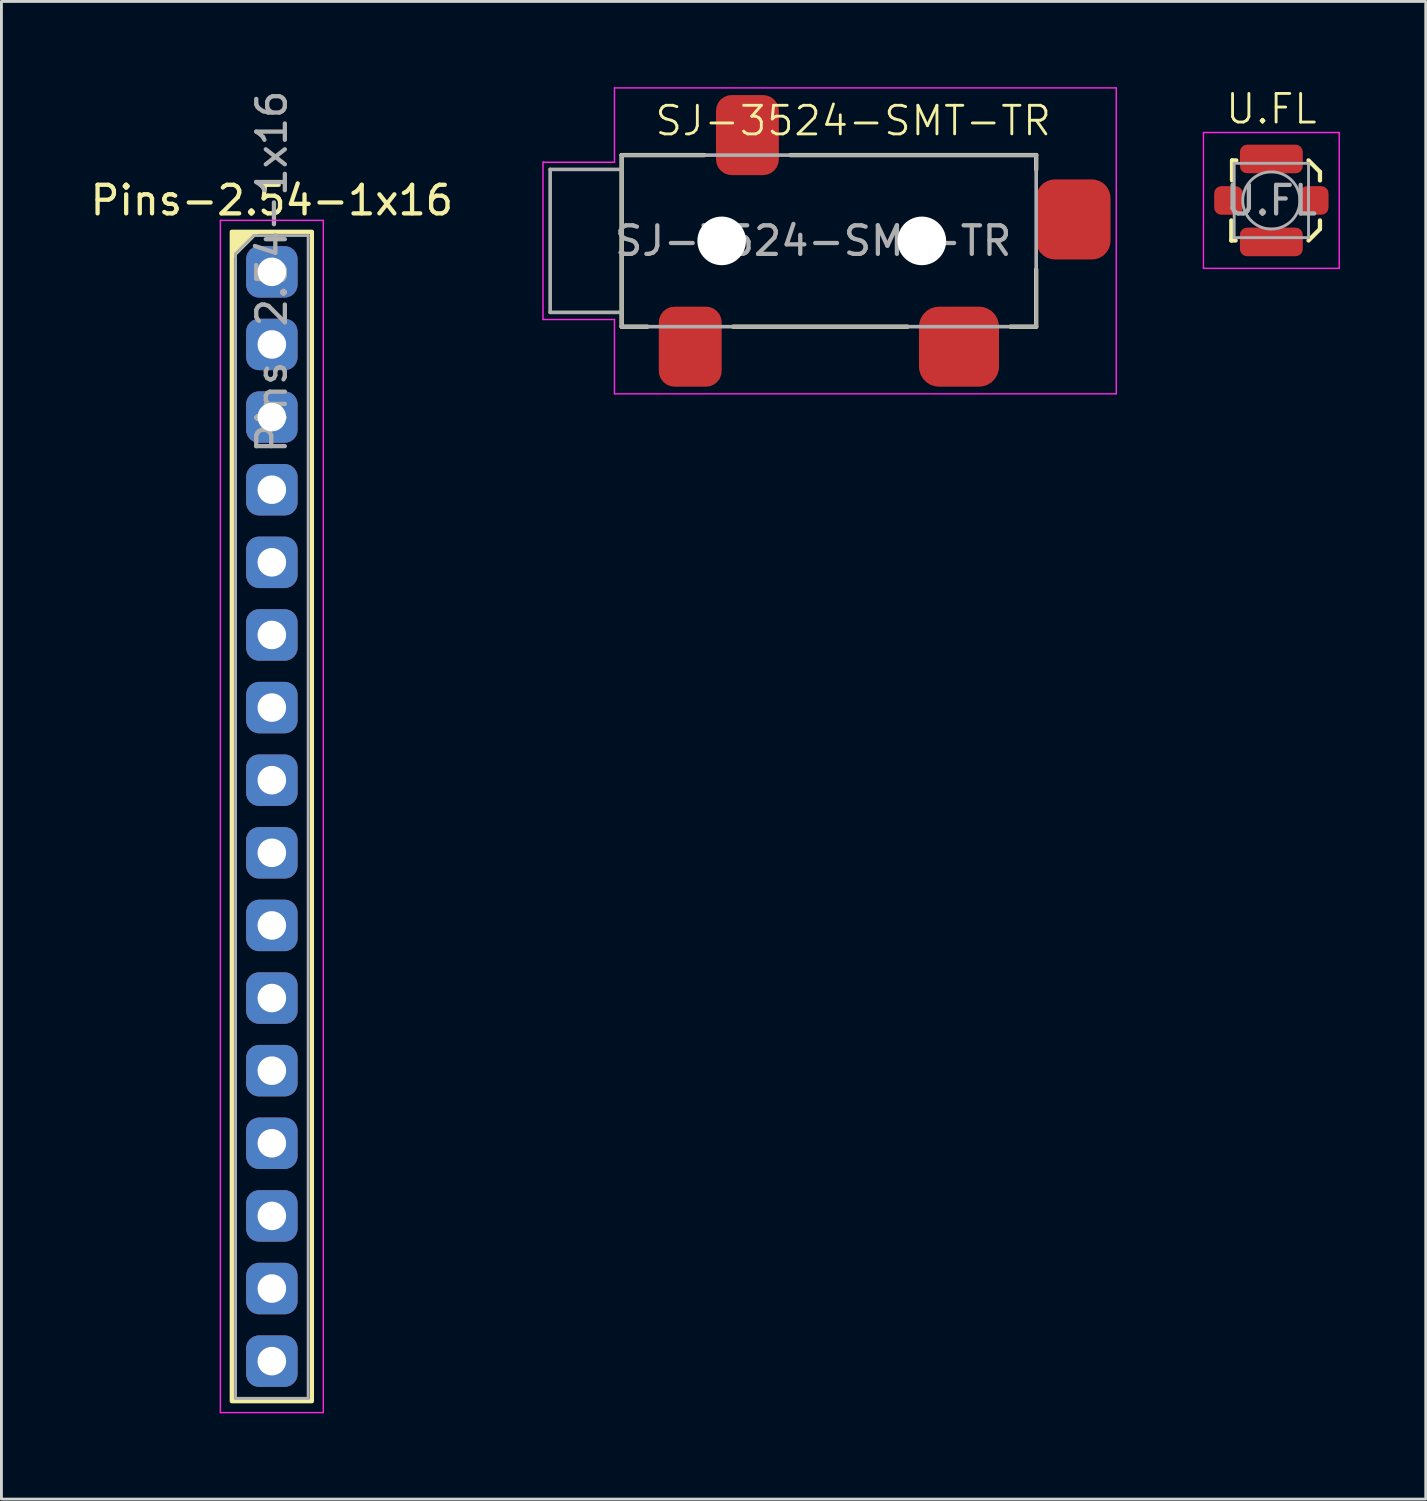
<source format=kicad_pcb>
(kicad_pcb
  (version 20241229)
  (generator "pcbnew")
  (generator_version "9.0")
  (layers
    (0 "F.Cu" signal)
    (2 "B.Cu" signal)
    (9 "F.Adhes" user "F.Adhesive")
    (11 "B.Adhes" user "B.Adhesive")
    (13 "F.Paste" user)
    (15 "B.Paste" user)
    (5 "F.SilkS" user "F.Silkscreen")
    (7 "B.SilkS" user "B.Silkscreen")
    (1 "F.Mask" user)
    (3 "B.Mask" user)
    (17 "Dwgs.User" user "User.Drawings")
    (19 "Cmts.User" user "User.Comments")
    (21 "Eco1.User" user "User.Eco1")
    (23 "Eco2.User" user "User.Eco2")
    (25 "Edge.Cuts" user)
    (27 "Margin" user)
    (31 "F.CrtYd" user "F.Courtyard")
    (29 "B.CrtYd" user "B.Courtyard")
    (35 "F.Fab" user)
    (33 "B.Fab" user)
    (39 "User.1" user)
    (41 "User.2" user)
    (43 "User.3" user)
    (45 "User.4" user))
  (footprint "SJ-3524-SMT-TR"
    (layer "F.Cu")
    (at 22.192 5.375)
    (property "Reference" "SJ-3524-SMT-TR" (at 4.6 -4.2 0) (unlocked yes) (layer "F.SilkS") (effects (font (size 1 1) (thickness 0.1))))
    (attr smd)
    (fp_line (start -3.5 -3) (end -0.6 -3) (stroke (width 0.15) (type solid)) (layer "F.SilkS"))
    (fp_line (start -3.5 3) (end -3.5 -3) (stroke (width 0.15) (type solid)) (layer "F.SilkS"))
    (fp_line (start -3.5 3) (end -2.6 3) (stroke (width 0.15) (type solid)) (layer "F.SilkS"))
    (fp_line (start 0.4 3) (end 6.5 3) (stroke (width 0.15) (type solid)) (layer "F.SilkS"))
    (fp_line (start 2.4 -3) (end 11 -3) (stroke (width 0.15) (type solid)) (layer "F.SilkS"))
    (fp_line (start 10.1 3) (end 11 3) (stroke (width 0.15) (type solid)) (layer "F.SilkS"))
    (fp_line (start 11 -2.5) (end 11 -3) (stroke (width 0.15) (type solid)) (layer "F.SilkS"))
    (fp_line (start 11 1) (end 11 3) (stroke (width 0.15) (type solid)) (layer "F.SilkS"))
    (fp_line (start -6.25 -2.75) (end -6.25 2.75) (stroke (width 0.05) (type solid)) (layer "F.CrtYd"))
    (fp_line (start -6.25 2.75) (end -3.75 2.75) (stroke (width 0.05) (type solid)) (layer "F.CrtYd"))
    (fp_line (start -3.75 -5.35) (end -3.75 -2.75) (stroke (width 0.05) (type solid)) (layer "F.CrtYd"))
    (fp_line (start -3.75 -5.35) (end 13.8 -5.35) (stroke (width 0.05) (type solid)) (layer "F.CrtYd"))
    (fp_line (start -3.75 -2.75) (end -6.25 -2.75) (stroke (width 0.05) (type solid)) (layer "F.CrtYd"))
    (fp_line (start -3.75 2.75) (end -3.75 5.35) (stroke (width 0.05) (type solid)) (layer "F.CrtYd"))
    (fp_line (start 13.8 -5.35) (end 13.8 5.35) (stroke (width 0.05) (type solid)) (layer "F.CrtYd"))
    (fp_line (start 13.8 5.35) (end -3.75 5.35) (stroke (width 0.05) (type solid)) (layer "F.CrtYd"))
    (fp_line (start -6 -2.5) (end -6 2.5) (stroke (width 0.127) (type solid)) (layer "F.Fab"))
    (fp_line (start -6 2.5) (end -3.5 2.5) (stroke (width 0.127) (type solid)) (layer "F.Fab"))
    (fp_line (start -3.5 -3) (end 11 -3) (stroke (width 0.127) (type solid)) (layer "F.Fab"))
    (fp_line (start -3.5 -2.5) (end -6 -2.5) (stroke (width 0.127) (type solid)) (layer "F.Fab"))
    (fp_line (start -3.5 3) (end -3.5 -3) (stroke (width 0.127) (type solid)) (layer "F.Fab"))
    (fp_line (start 11 -3) (end 11 3) (stroke (width 0.127) (type solid)) (layer "F.Fab"))
    (fp_line (start 11 3) (end -3.5 3) (stroke (width 0.127) (type solid)) (layer "F.Fab"))
    (fp_text user "${REFERENCE}" (at 3.2 0 0) (unlocked yes) (layer "F.Fab") (effects (font (size 1 1) (thickness 0.15))))
    (pad "" np_thru_hole circle (at 0 0) (size 1.7 1.7) (drill 1.7) (layers "*.Cu" "*.Mask"))
    (pad "" np_thru_hole circle (at 7 0) (size 1.7 1.7) (drill 1.7) (layers "*.Cu" "*.Mask"))
    (pad "1" smd roundrect (at -1.1 3.7) (size 2.2 2.8) (layers "F.Cu" "F.Mask" "F.Paste") (roundrect_rratio 0.25))
    (pad "2" smd roundrect (at 8.3 3.7) (size 2.8 2.8) (layers "F.Cu" "F.Mask" "F.Paste") (roundrect_rratio 0.25))
    (pad "3" smd roundrect (at 0.9 -3.7) (size 2.2 2.8) (layers "F.Cu" "F.Mask" "F.Paste") (roundrect_rratio 0.25))
    (pad "4" smd roundrect (at 12.3 -0.75) (size 2.6 2.8) (layers "F.Cu" "F.Mask" "F.Paste") (roundrect_rratio 0.25)))
  (footprint "U.FL"
    (layer "F.Cu")
    (at 41.417 3.961)
    (property "Reference" "U.FL" (at 0 -3.2 0) (unlocked yes) (layer "F.SilkS") (effects (font (size 1 1) (thickness 0.1))))
    (attr smd)
    (fp_line (start -1.4 1.4) (end -1.4 0.7) (stroke (width 0.15) (type default)) (layer "F.SilkS"))
    (fp_line (start -1.4 1.4) (end -1.25 1.4) (stroke (width 0.15) (type default)) (layer "F.SilkS"))
    (fp_line (start -1.375 -1.4) (end -1.375 -0.7) (stroke (width 0.15) (type default)) (layer "F.SilkS"))
    (fp_line (start -1.375 -1.4) (end -1.225 -1.4) (stroke (width 0.15) (type default)) (layer "F.SilkS"))
    (fp_line (start 1.3 -1.4) (end 1.7 -1) (stroke (width 0.15) (type default)) (layer "F.SilkS"))
    (fp_line (start 1.3 1.4) (end 1.7 1) (stroke (width 0.15) (type default)) (layer "F.SilkS"))
    (fp_line (start 1.7 -1) (end 1.7 -0.7) (stroke (width 0.15) (type default)) (layer "F.SilkS"))
    (fp_line (start 1.7 1) (end 1.7 0.7) (stroke (width 0.15) (type default)) (layer "F.SilkS"))
    (fp_line (start -2.375 -2.375) (end 2.375 -2.375) (stroke (width 0.05) (type solid)) (layer "F.CrtYd"))
    (fp_line (start -2.375 2.375) (end -2.375 -2.375) (stroke (width 0.05) (type solid)) (layer "F.CrtYd"))
    (fp_line (start 2.375 -2.375) (end 2.375 2.375) (stroke (width 0.05) (type solid)) (layer "F.CrtYd"))
    (fp_line (start 2.375 2.375) (end -2.375 2.375) (stroke (width 0.05) (type solid)) (layer "F.CrtYd"))
    (fp_line (start -1.3 -1.3) (end 1.3 -1.3) (stroke (width 0.1) (type solid)) (layer "F.Fab"))
    (fp_line (start -1.3 1.3) (end -1.3 -1.3) (stroke (width 0.1) (type solid)) (layer "F.Fab"))
    (fp_line (start 1.3 1.3) (end -1.3 1.3) (stroke (width 0.1) (type solid)) (layer "F.Fab"))
    (fp_line (start 1.3 1.3) (end 1.3 -1.3) (stroke (width 0.1) (type solid)) (layer "F.Fab"))
    (fp_circle (center 0 0) (end 1 0) (stroke (width 0.1) (type solid)) (fill no) (layer "F.Fab"))
    (fp_text user "${REFERENCE}" (at 0 0 0) (unlocked yes) (layer "F.Fab") (effects (font (size 1 1) (thickness 0.15))))
    (pad "1" smd roundrect (at 1.5 0) (size 1 1) (layers "F.Cu" "F.Mask" "F.Paste") (roundrect_rratio 0.25))
    (pad "S" smd roundrect (at -1.5 0) (size 1 1) (layers "F.Cu" "F.Mask" "F.Paste") (roundrect_rratio 0.25))
    (pad "S" smd roundrect (at 0 -1.45) (size 2.2 1) (layers "F.Cu" "F.Mask" "F.Paste") (roundrect_rratio 0.25))
    (pad "S" smd roundrect (at 0 1.45) (size 2.2 1) (layers "F.Cu" "F.Mask" "F.Paste") (roundrect_rratio 0.25)))
  (footprint "Pins-2.54-1x16"
    (layer "F.Cu")
    (at 6.458 6.458)
    (property "Reference" "Pins-2.54-1x16" (at 0 -2.5 0) (unlocked yes) (layer "F.SilkS") (effects (font (size 1 1) (thickness 0.15))))
    (attr through_hole)
    (fp_rect (start -1.4 -1.4) (end 1.4 39.5) (stroke (width 0.15) (type default)) (fill no) (layer "F.SilkS"))
    (fp_poly (pts (xy -1.4 -0.5) (xy -1.4 -1.4) (xy -0.5 -1.4)) (stroke (width 0.12) (type solid)) (fill yes) (layer "F.SilkS"))
    (fp_line (start -1.8 -1.8) (end -1.8 39.9) (stroke (width 0.05) (type solid)) (layer "F.CrtYd"))
    (fp_line (start -1.8 39.9) (end 1.8 39.9) (stroke (width 0.05) (type solid)) (layer "F.CrtYd"))
    (fp_line (start 1.8 -1.8) (end -1.8 -1.8) (stroke (width 0.05) (type solid)) (layer "F.CrtYd"))
    (fp_line (start 1.8 39.9) (end 1.8 -1.8) (stroke (width 0.05) (type solid)) (layer "F.CrtYd"))
    (fp_line (start -1.27 -0.635) (end -0.635 -1.27) (stroke (width 0.1) (type solid)) (layer "F.Fab"))
    (fp_line (start -1.27 39.4) (end -1.27 -0.635) (stroke (width 0.1) (type solid)) (layer "F.Fab"))
    (fp_line (start -0.635 -1.27) (end 1.27 -1.27) (stroke (width 0.1) (type solid)) (layer "F.Fab"))
    (fp_line (start 1.27 -1.27) (end 1.27 39.4) (stroke (width 0.1) (type solid)) (layer "F.Fab"))
    (fp_line (start 1.27 39.4) (end -1.27 39.4) (stroke (width 0.1) (type solid)) (layer "F.Fab"))
    (fp_text user "${REFERENCE}" (at 0 0 90) (layer "F.Fab") (effects (font (size 1 1) (thickness 0.15))))
    (pad "1" thru_hole roundrect (at 0 0) (size 1.8 1.8) (drill 1) (layers "*.Cu" "*.Mask") (roundrect_rratio 0.25))
    (pad "2" thru_hole roundrect (at 0 2.54) (size 1.8 1.8) (drill 1) (layers "*.Cu" "*.Mask") (roundrect_rratio 0.25))
    (pad "3" thru_hole roundrect (at 0 5.08) (size 1.8 1.8) (drill 1) (layers "*.Cu" "*.Mask") (roundrect_rratio 0.25))
    (pad "4" thru_hole roundrect (at 0 7.62) (size 1.8 1.8) (drill 1) (layers "*.Cu" "*.Mask") (roundrect_rratio 0.25))
    (pad "5" thru_hole roundrect (at 0 10.16) (size 1.8 1.8) (drill 1) (layers "*.Cu" "*.Mask") (roundrect_rratio 0.25))
    (pad "6" thru_hole roundrect (at 0 12.7) (size 1.8 1.8) (drill 1) (layers "*.Cu" "*.Mask") (roundrect_rratio 0.25))
    (pad "7" thru_hole roundrect (at 0 15.24) (size 1.8 1.8) (drill 1) (layers "*.Cu" "*.Mask") (roundrect_rratio 0.25))
    (pad "8" thru_hole roundrect (at 0 17.78) (size 1.8 1.8) (drill 1) (layers "*.Cu" "*.Mask") (roundrect_rratio 0.25))
    (pad "9" thru_hole roundrect (at 0 20.32) (size 1.8 1.8) (drill 1) (layers "*.Cu" "*.Mask") (roundrect_rratio 0.25))
    (pad "10" thru_hole roundrect (at 0 22.86) (size 1.8 1.8) (drill 1) (layers "*.Cu" "*.Mask") (roundrect_rratio 0.25))
    (pad "11" thru_hole roundrect (at 0 25.4) (size 1.8 1.8) (drill 1) (layers "*.Cu" "*.Mask") (roundrect_rratio 0.25))
    (pad "12" thru_hole roundrect (at 0 27.94) (size 1.8 1.8) (drill 1) (layers "*.Cu" "*.Mask") (roundrect_rratio 0.25))
    (pad "13" thru_hole roundrect (at 0 30.48) (size 1.8 1.8) (drill 1) (layers "*.Cu" "*.Mask") (roundrect_rratio 0.25))
    (pad "14" thru_hole roundrect (at 0 33.02) (size 1.8 1.8) (drill 1) (layers "*.Cu" "*.Mask") (roundrect_rratio 0.25))
    (pad "15" thru_hole roundrect (at 0 35.56) (size 1.8 1.8) (drill 1) (layers "*.Cu" "*.Mask") (roundrect_rratio 0.25))
    (pad "16" thru_hole roundrect (at 0 38.1) (size 1.8 1.8) (drill 1) (layers "*.Cu" "*.Mask") (roundrect_rratio 0.25)))
  (gr_rect
    (start -3 -3)
    (end 46.817 49.383)
    (stroke (width 0.1) (type default))
    (fill no)
    (layer "Edge.Cuts")))
</source>
